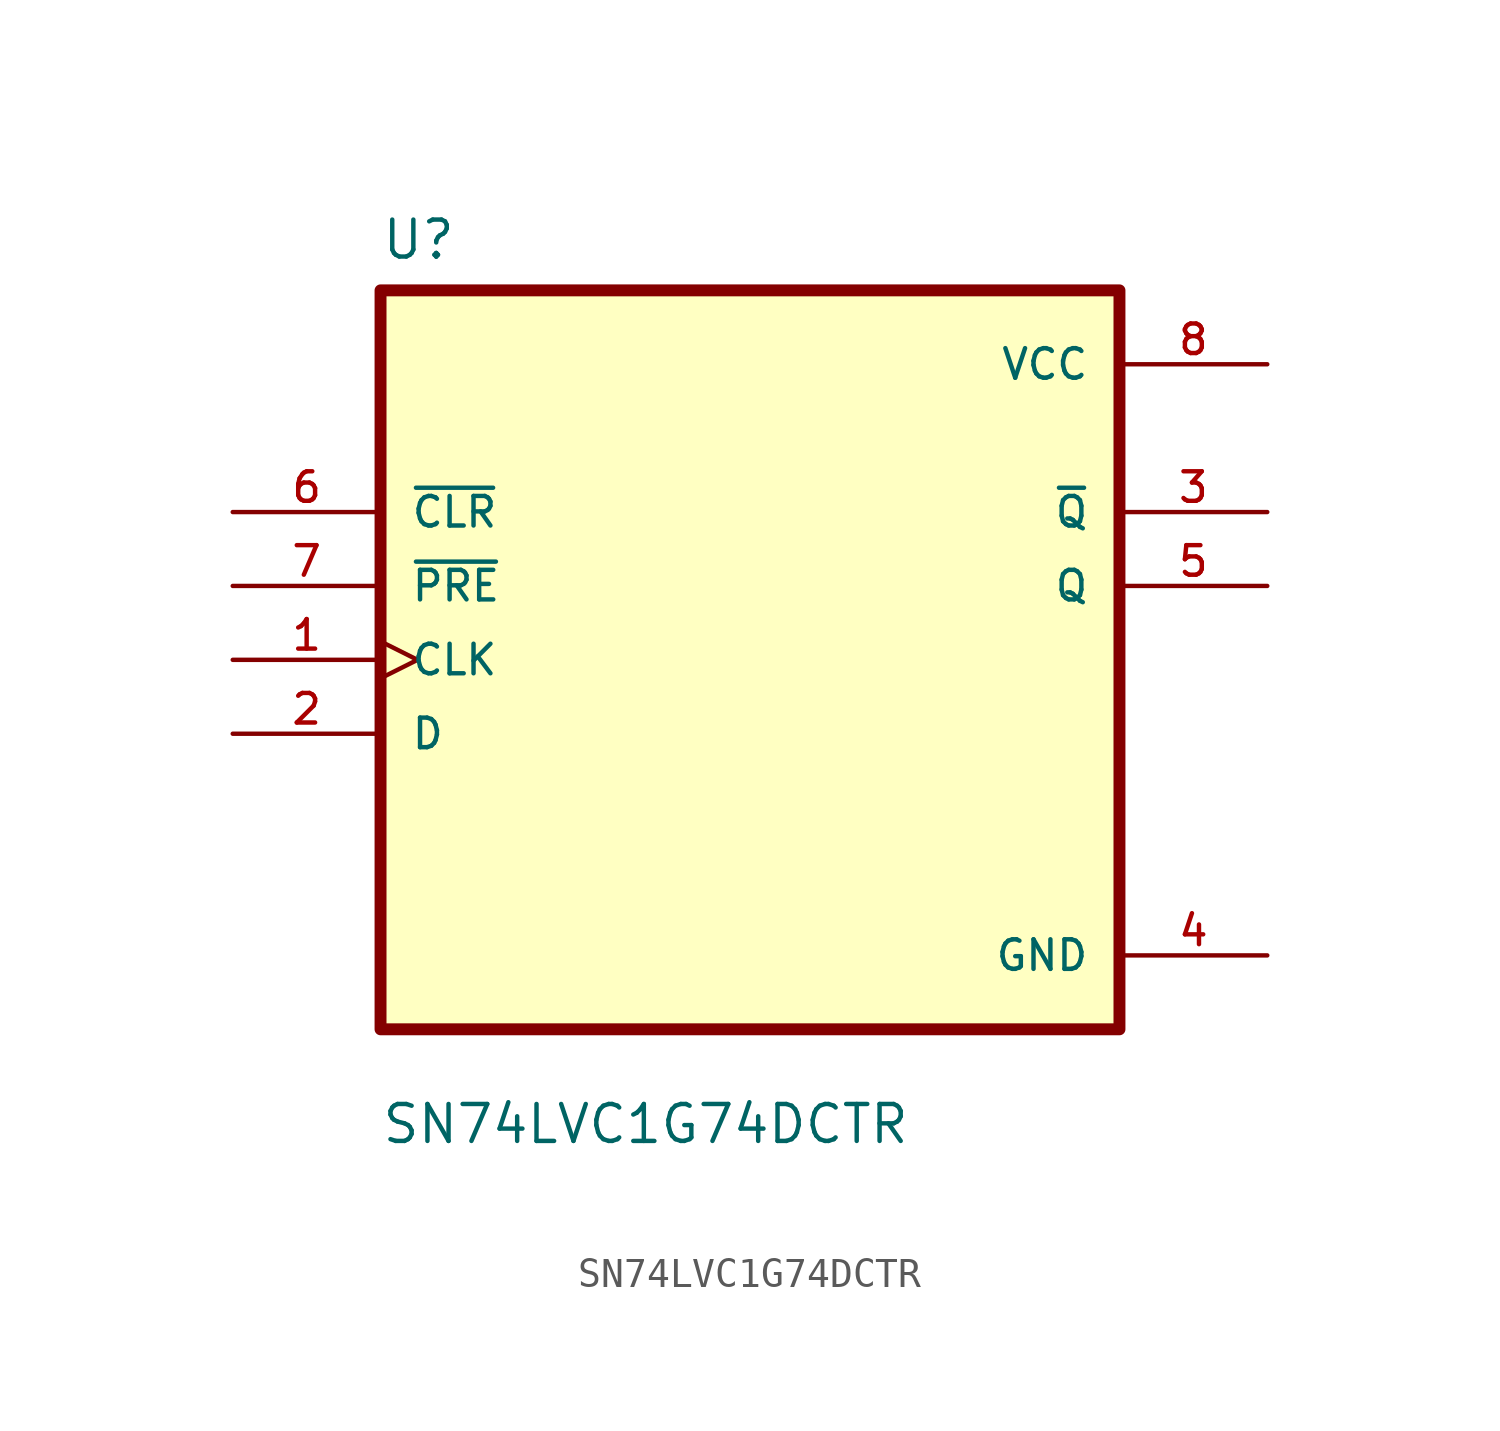
<source format=kicad_sym>
(kicad_symbol_lib
  (version 20220914)
  (generator kicad_symbol_editor)
  (symbol "SN74LVC1G74DCTR"
    (pin_names
      (offset 1.016))
    (property "Reference" "U"
      (at -12.7 13.7 0)
      (effects (font (size 1.27 1.27)) (justify left bottom)))
    (property "Value" "SN74LVC1G74DCTR"
      (at -12.7 -16.7 0)
      (effects (font (size 1.27 1.27)) (justify left bottom)))
    (symbol "SN74LVC1G74DCTR_0_0"
      (rectangle (start -12.7 -12.7) (end 12.7 12.7) (stroke (width 0.41) (type default)) (fill (type background)))
      (pin input clock (at -17.78 0 0) (length 5.08) (name "CLK" (effects (font (size 1.016 1.016)))) (number "1" (effects (font (size 1.016 1.016)))))
      (pin input line (at -17.78 -2.54 0) (length 5.08) (name "D" (effects (font (size 1.016 1.016)))) (number "2" (effects (font (size 1.016 1.016)))))
      (pin output line (at 17.78 5.08 180) (length 5.08) (name "~{Q}" (effects (font (size 1.016 1.016)))) (number "3" (effects (font (size 1.016 1.016)))))
      (pin power_in line (at 17.78 -10.16 180) (length 5.08) (name "GND" (effects (font (size 1.016 1.016)))) (number "4" (effects (font (size 1.016 1.016)))))
      (pin output line (at 17.78 2.54 180) (length 5.08) (name "Q" (effects (font (size 1.016 1.016)))) (number "5" (effects (font (size 1.016 1.016)))))
      (pin input line (at -17.78 5.08 0) (length 5.08) (name "~{CLR}" (effects (font (size 1.016 1.016)))) (number "6" (effects (font (size 1.016 1.016)))))
      (pin input line (at -17.78 2.54 0) (length 5.08) (name "~{PRE}" (effects (font (size 1.016 1.016)))) (number "7" (effects (font (size 1.016 1.016)))))
      (pin power_in line (at 17.78 10.16 180) (length 5.08) (name "VCC" (effects (font (size 1.016 1.016)))) (number "8" (effects (font (size 1.016 1.016))))))))
</source>
